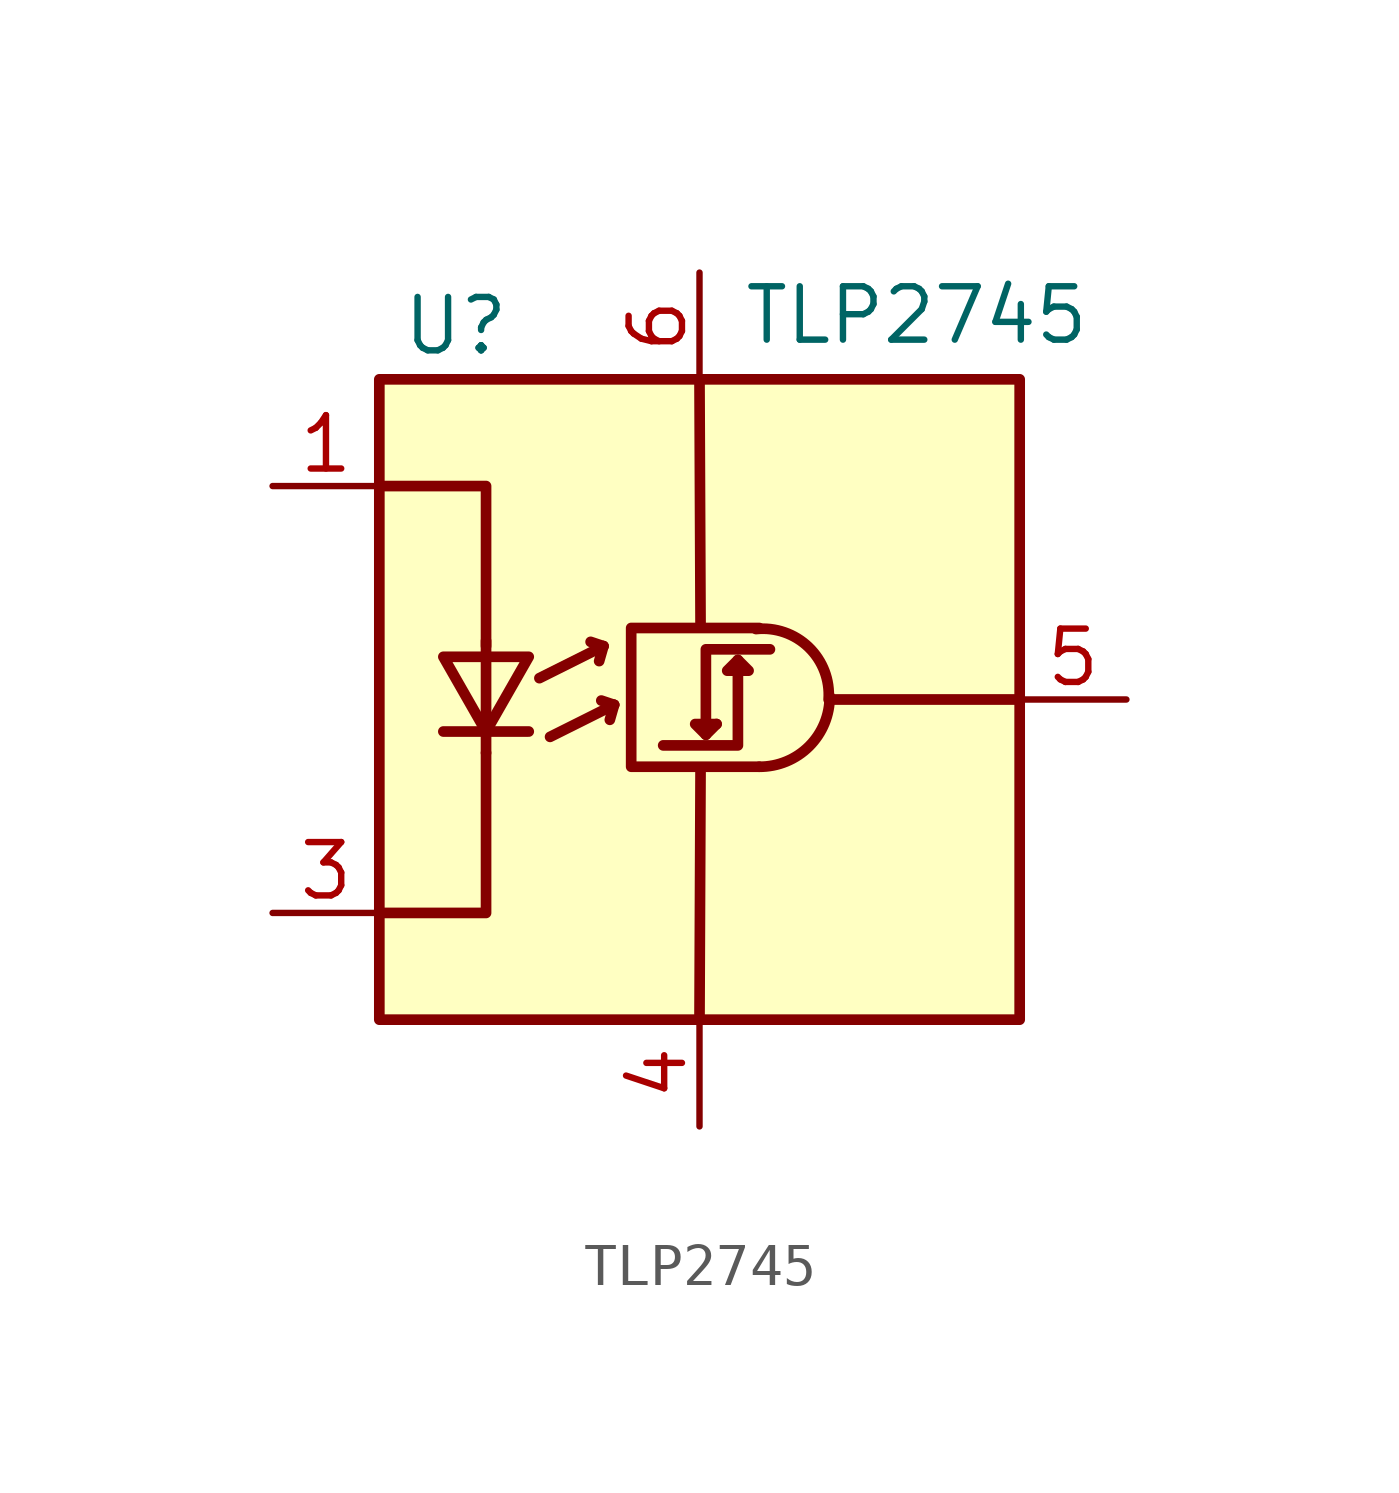
<source format=kicad_sym>
(kicad_symbol_lib
  (version 20220914)
  (generator kicad_symbol_editor)
  (symbol "TLP2745"
    (pin_names
      (offset 1.016) hide)
    (property "Reference" "U"
      (at -7.112 8.89 0)
      (effects (font (size 1.27 1.27)) (justify left)))
    (property "Value" "TLP2745"
      (at 1.016 9.144 0)
      (effects (font (size 1.27 1.27)) (justify left)))
    (symbol "TLP2745_0_1"
      (rectangle (start -7.62 7.62) (end 7.62 -7.62) (stroke (width 0.254) (type default)) (fill (type background)))
      (polyline (pts (xy -6.096 -0.762) (xy -4.064 -0.762)) (stroke (width 0.254) (type default)) (fill (type none)))
      (polyline (pts (xy -5.08 -0.762) (xy -5.08 -1.27)) (stroke (width 0.254) (type default)) (fill (type none)))
      (polyline (pts (xy -5.08 1.016) (xy -5.08 -0.762)) (stroke (width 0.254) (type default)) (fill (type none)))
      (polyline (pts (xy -5.08 1.016) (xy -5.08 1.397)) (stroke (width 0.254) (type default)) (fill (type none)))
      (polyline (pts (xy -3.81 0.508) (xy -2.286 1.27)) (stroke (width 0.254) (type default)) (fill (type none)))
      (polyline (pts (xy -3.556 -0.889) (xy -2.032 -0.127)) (stroke (width 0.254) (type default)) (fill (type none)))
      (polyline (pts (xy -2.286 1.27) (xy -2.591 1.372)) (stroke (width 0.254) (type default)) (fill (type none)))
      (polyline (pts (xy -2.286 1.27) (xy -2.388 0.914)) (stroke (width 0.254) (type default)) (fill (type none)))
      (polyline (pts (xy -2.032 -0.127) (xy -2.337 -0.025)) (stroke (width 0.254) (type default)) (fill (type none)))
      (polyline (pts (xy -2.032 -0.127) (xy -2.134 -0.483)) (stroke (width 0.254) (type default)) (fill (type none)))
      (polyline (pts (xy 0 -7.62) (xy 0.025 -1.651)) (stroke (width 0.254) (type default)) (fill (type none)))
      (polyline (pts (xy 0 7.595) (xy 0.025 1.778)) (stroke (width 0.254) (type default)) (fill (type none)))
      (polyline (pts (xy 7.595 0) (xy 3.15 0)) (stroke (width 0.254) (type default)) (fill (type none)))
      (polyline (pts (xy -7.62 -5.08) (xy -5.08 -5.08) (xy -5.08 -1.27)) (stroke (width 0.254) (type default)) (fill (type none)))
      (polyline (pts (xy -5.08 1.27) (xy -5.08 5.08) (xy -7.62 5.08)) (stroke (width 0.254) (type default)) (fill (type none)))
      (polyline (pts (xy 0.152 -0.838) (xy -0.102 -0.584) (xy 0.406 -0.584)) (stroke (width 0.254) (type default)) (fill (type none)))
      (polyline (pts (xy 0.914 0.94) (xy 0.914 -1.092) (xy -0.864 -1.092)) (stroke (width 0.254) (type default)) (fill (type none)))
      (polyline (pts (xy -6.096 1.016) (xy -4.064 1.016) (xy -5.08 -0.762) (xy -6.096 1.016)) (stroke (width 0.254) (type default)) (fill (type none)))
      (polyline (pts (xy 0.914 0.94) (xy 0.66 0.686) (xy 1.168 0.686) (xy 0.914 0.94)) (stroke (width 0.254) (type default)) (fill (type none)))
      (polyline (pts (xy 1.422 1.702) (xy -1.626 1.702) (xy -1.626 -1.6) (xy 1.422 -1.6)) (stroke (width 0.254) (type default)) (fill (type none)))
      (polyline (pts (xy 1.676 1.194) (xy 0.152 1.194) (xy 0.152 -0.838) (xy 0.406 -0.584)) (stroke (width 0.254) (type default)) (fill (type none)))
      (arc (start 1.4224 -1.6002) (mid 2.6061 -1.1155) (end 3.0988 0.0762) (stroke (width 0.254) (type default)) (fill (type none)))
      (arc (start 3.0734 0) (mid 2.5973 1.245) (end 1.3462 1.6764) (stroke (width 0.254) (type default)) (fill (type none))))
    (symbol "TLP2745_1_1"
      (pin passive line (at -10.16 5.08 0) (length 2.54) (name "A" (effects (font (size 1.27 1.27)))) (number "1" (effects (font (size 1.27 1.27)))))
      (pin no_connect line (at -7.62 0 0) (length 2.54) hide (name "NC" (effects (font (size 1.27 1.27)))) (number "2" (effects (font (size 1.27 1.27)))))
      (pin passive line (at -10.16 -5.08 0) (length 2.54) (name "K" (effects (font (size 1.27 1.27)))) (number "3" (effects (font (size 1.27 1.27)))))
      (pin power_in line (at 0 -10.16 90) (length 2.54) (name "GND" (effects (font (size 1.27 1.27)))) (number "4" (effects (font (size 1.27 1.27)))))
      (pin output line (at 10.16 0 180) (length 2.54) (name "VO" (effects (font (size 1.27 1.27)))) (number "5" (effects (font (size 1.27 1.27)))))
      (pin power_in line (at 0 10.16 270) (length 2.54) (name "VDD" (effects (font (size 1.27 1.27)))) (number "6" (effects (font (size 1.27 1.27))))))))
</source>
